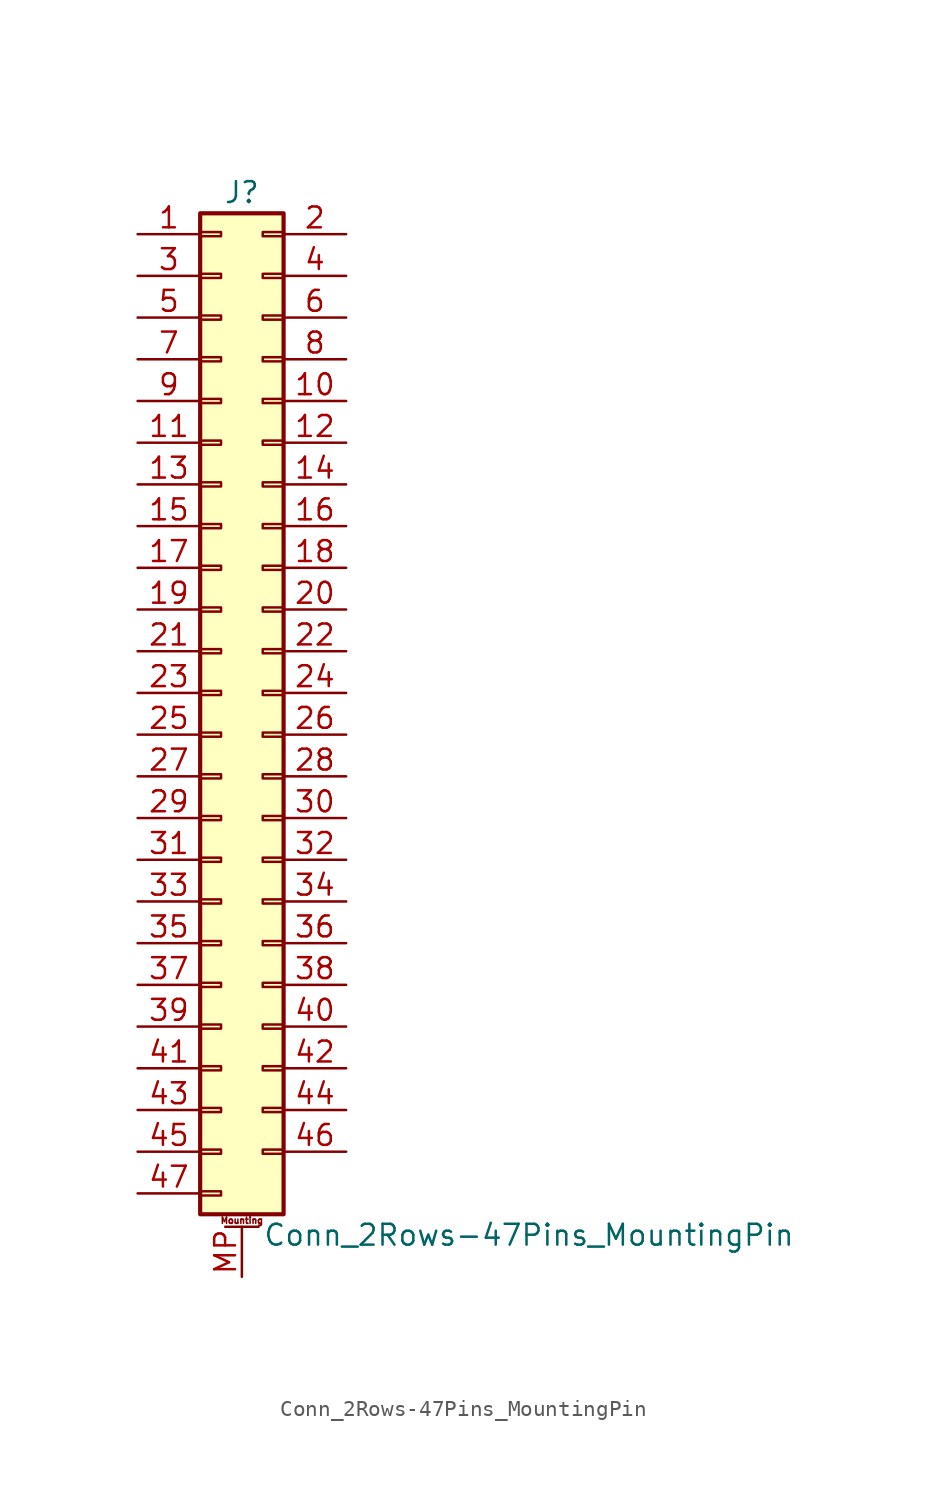
<source format=kicad_sym>
(kicad_symbol_lib
  (version 20211014)
  (generator kicad_symbol_editor)
  (symbol "Conn_2Rows-47Pins_MountingPin"
    (pin_names
      (offset 1.016) hide)
    (property "Reference" "J"
      (at 1.27 30.48 0)
      (effects (font (size 1.27 1.27))))
    (property "Value" "Conn_2Rows-47Pins_MountingPin"
      (at 2.54 -33.02 0)
      (effects (font (size 1.27 1.27)) (justify left)))
    (symbol "Conn_2Rows-47Pins_MountingPin_1_1"
      (rectangle (start -1.27 -30.353) (end 0 -30.607) (stroke (width 0.152) (type default) (color 0 0 0 0)) (fill (type none)))
      (rectangle (start -1.27 -27.813) (end 0 -28.067) (stroke (width 0.152) (type default) (color 0 0 0 0)) (fill (type none)))
      (rectangle (start -1.27 -25.273) (end 0 -25.527) (stroke (width 0.152) (type default) (color 0 0 0 0)) (fill (type none)))
      (rectangle (start -1.27 -22.733) (end 0 -22.987) (stroke (width 0.152) (type default) (color 0 0 0 0)) (fill (type none)))
      (rectangle (start -1.27 -20.193) (end 0 -20.447) (stroke (width 0.152) (type default) (color 0 0 0 0)) (fill (type none)))
      (rectangle (start -1.27 -17.653) (end 0 -17.907) (stroke (width 0.152) (type default) (color 0 0 0 0)) (fill (type none)))
      (rectangle (start -1.27 -15.113) (end 0 -15.367) (stroke (width 0.152) (type default) (color 0 0 0 0)) (fill (type none)))
      (rectangle (start -1.27 -12.573) (end 0 -12.827) (stroke (width 0.152) (type default) (color 0 0 0 0)) (fill (type none)))
      (rectangle (start -1.27 -10.033) (end 0 -10.287) (stroke (width 0.152) (type default) (color 0 0 0 0)) (fill (type none)))
      (rectangle (start -1.27 -7.493) (end 0 -7.747) (stroke (width 0.152) (type default) (color 0 0 0 0)) (fill (type none)))
      (rectangle (start -1.27 -4.953) (end 0 -5.207) (stroke (width 0.152) (type default) (color 0 0 0 0)) (fill (type none)))
      (rectangle (start -1.27 -2.413) (end 0 -2.667) (stroke (width 0.152) (type default) (color 0 0 0 0)) (fill (type none)))
      (rectangle (start -1.27 0.127) (end 0 -0.127) (stroke (width 0.152) (type default) (color 0 0 0 0)) (fill (type none)))
      (rectangle (start -1.27 2.667) (end 0 2.413) (stroke (width 0.152) (type default) (color 0 0 0 0)) (fill (type none)))
      (rectangle (start -1.27 5.207) (end 0 4.953) (stroke (width 0.152) (type default) (color 0 0 0 0)) (fill (type none)))
      (rectangle (start -1.27 7.747) (end 0 7.493) (stroke (width 0.152) (type default) (color 0 0 0 0)) (fill (type none)))
      (rectangle (start -1.27 10.287) (end 0 10.033) (stroke (width 0.152) (type default) (color 0 0 0 0)) (fill (type none)))
      (rectangle (start -1.27 12.827) (end 0 12.573) (stroke (width 0.152) (type default) (color 0 0 0 0)) (fill (type none)))
      (rectangle (start -1.27 15.367) (end 0 15.113) (stroke (width 0.152) (type default) (color 0 0 0 0)) (fill (type none)))
      (rectangle (start -1.27 17.907) (end 0 17.653) (stroke (width 0.152) (type default) (color 0 0 0 0)) (fill (type none)))
      (rectangle (start -1.27 20.447) (end 0 20.193) (stroke (width 0.152) (type default) (color 0 0 0 0)) (fill (type none)))
      (rectangle (start -1.27 22.987) (end 0 22.733) (stroke (width 0.152) (type default) (color 0 0 0 0)) (fill (type none)))
      (rectangle (start -1.27 25.527) (end 0 25.273) (stroke (width 0.152) (type default) (color 0 0 0 0)) (fill (type none)))
      (rectangle (start -1.27 28.067) (end 0 27.813) (stroke (width 0.152) (type default) (color 0 0 0 0)) (fill (type none)))
      (rectangle (start -1.27 29.21) (end 3.81 -31.75) (stroke (width 0.254) (type default) (color 0 0 0 0)) (fill (type background)))
      (polyline (pts (xy 0.254 -32.512) (xy 2.286 -32.512)) (stroke (width 0.152) (type default) (color 0 0 0 0)) (fill (type none)))
      (rectangle (start 3.81 -27.813) (end 2.54 -28.067) (stroke (width 0.152) (type default) (color 0 0 0 0)) (fill (type none)))
      (rectangle (start 3.81 -25.273) (end 2.54 -25.527) (stroke (width 0.152) (type default) (color 0 0 0 0)) (fill (type none)))
      (rectangle (start 3.81 -22.733) (end 2.54 -22.987) (stroke (width 0.152) (type default) (color 0 0 0 0)) (fill (type none)))
      (rectangle (start 3.81 -20.193) (end 2.54 -20.447) (stroke (width 0.152) (type default) (color 0 0 0 0)) (fill (type none)))
      (rectangle (start 3.81 -17.653) (end 2.54 -17.907) (stroke (width 0.152) (type default) (color 0 0 0 0)) (fill (type none)))
      (rectangle (start 3.81 -15.113) (end 2.54 -15.367) (stroke (width 0.152) (type default) (color 0 0 0 0)) (fill (type none)))
      (rectangle (start 3.81 -12.573) (end 2.54 -12.827) (stroke (width 0.152) (type default) (color 0 0 0 0)) (fill (type none)))
      (rectangle (start 3.81 -10.033) (end 2.54 -10.287) (stroke (width 0.152) (type default) (color 0 0 0 0)) (fill (type none)))
      (rectangle (start 3.81 -7.493) (end 2.54 -7.747) (stroke (width 0.152) (type default) (color 0 0 0 0)) (fill (type none)))
      (rectangle (start 3.81 -4.953) (end 2.54 -5.207) (stroke (width 0.152) (type default) (color 0 0 0 0)) (fill (type none)))
      (rectangle (start 3.81 -2.413) (end 2.54 -2.667) (stroke (width 0.152) (type default) (color 0 0 0 0)) (fill (type none)))
      (rectangle (start 3.81 0.127) (end 2.54 -0.127) (stroke (width 0.152) (type default) (color 0 0 0 0)) (fill (type none)))
      (rectangle (start 3.81 2.667) (end 2.54 2.413) (stroke (width 0.152) (type default) (color 0 0 0 0)) (fill (type none)))
      (rectangle (start 3.81 5.207) (end 2.54 4.953) (stroke (width 0.152) (type default) (color 0 0 0 0)) (fill (type none)))
      (rectangle (start 3.81 7.747) (end 2.54 7.493) (stroke (width 0.152) (type default) (color 0 0 0 0)) (fill (type none)))
      (rectangle (start 3.81 10.287) (end 2.54 10.033) (stroke (width 0.152) (type default) (color 0 0 0 0)) (fill (type none)))
      (rectangle (start 3.81 12.827) (end 2.54 12.573) (stroke (width 0.152) (type default) (color 0 0 0 0)) (fill (type none)))
      (rectangle (start 3.81 15.367) (end 2.54 15.113) (stroke (width 0.152) (type default) (color 0 0 0 0)) (fill (type none)))
      (rectangle (start 3.81 17.907) (end 2.54 17.653) (stroke (width 0.152) (type default) (color 0 0 0 0)) (fill (type none)))
      (rectangle (start 3.81 20.447) (end 2.54 20.193) (stroke (width 0.152) (type default) (color 0 0 0 0)) (fill (type none)))
      (rectangle (start 3.81 22.987) (end 2.54 22.733) (stroke (width 0.152) (type default) (color 0 0 0 0)) (fill (type none)))
      (rectangle (start 3.81 25.527) (end 2.54 25.273) (stroke (width 0.152) (type default) (color 0 0 0 0)) (fill (type none)))
      (rectangle (start 3.81 28.067) (end 2.54 27.813) (stroke (width 0.152) (type default) (color 0 0 0 0)) (fill (type none)))
      (text "Mounting" (at 1.27 -32.131 0) (effects (font (size 0.381 0.381))))
      (pin passive line (at -5.08 27.94 0) (length 3.81) (name "Pin_1" (effects (font (size 1.27 1.27)))) (number "1" (effects (font (size 1.27 1.27)))))
      (pin passive line (at 7.62 17.78 180) (length 3.81) (name "Pin_10" (effects (font (size 1.27 1.27)))) (number "10" (effects (font (size 1.27 1.27)))))
      (pin passive line (at -5.08 15.24 0) (length 3.81) (name "Pin_11" (effects (font (size 1.27 1.27)))) (number "11" (effects (font (size 1.27 1.27)))))
      (pin passive line (at 7.62 15.24 180) (length 3.81) (name "Pin_12" (effects (font (size 1.27 1.27)))) (number "12" (effects (font (size 1.27 1.27)))))
      (pin passive line (at -5.08 12.7 0) (length 3.81) (name "Pin_13" (effects (font (size 1.27 1.27)))) (number "13" (effects (font (size 1.27 1.27)))))
      (pin passive line (at 7.62 12.7 180) (length 3.81) (name "Pin_14" (effects (font (size 1.27 1.27)))) (number "14" (effects (font (size 1.27 1.27)))))
      (pin passive line (at -5.08 10.16 0) (length 3.81) (name "Pin_15" (effects (font (size 1.27 1.27)))) (number "15" (effects (font (size 1.27 1.27)))))
      (pin passive line (at 7.62 10.16 180) (length 3.81) (name "Pin_16" (effects (font (size 1.27 1.27)))) (number "16" (effects (font (size 1.27 1.27)))))
      (pin passive line (at -5.08 7.62 0) (length 3.81) (name "Pin_17" (effects (font (size 1.27 1.27)))) (number "17" (effects (font (size 1.27 1.27)))))
      (pin passive line (at 7.62 7.62 180) (length 3.81) (name "Pin_18" (effects (font (size 1.27 1.27)))) (number "18" (effects (font (size 1.27 1.27)))))
      (pin passive line (at -5.08 5.08 0) (length 3.81) (name "Pin_19" (effects (font (size 1.27 1.27)))) (number "19" (effects (font (size 1.27 1.27)))))
      (pin passive line (at 7.62 27.94 180) (length 3.81) (name "Pin_2" (effects (font (size 1.27 1.27)))) (number "2" (effects (font (size 1.27 1.27)))))
      (pin passive line (at 7.62 5.08 180) (length 3.81) (name "Pin_20" (effects (font (size 1.27 1.27)))) (number "20" (effects (font (size 1.27 1.27)))))
      (pin passive line (at -5.08 2.54 0) (length 3.81) (name "Pin_21" (effects (font (size 1.27 1.27)))) (number "21" (effects (font (size 1.27 1.27)))))
      (pin passive line (at 7.62 2.54 180) (length 3.81) (name "Pin_22" (effects (font (size 1.27 1.27)))) (number "22" (effects (font (size 1.27 1.27)))))
      (pin passive line (at -5.08 0 0) (length 3.81) (name "Pin_23" (effects (font (size 1.27 1.27)))) (number "23" (effects (font (size 1.27 1.27)))))
      (pin passive line (at 7.62 0 180) (length 3.81) (name "Pin_24" (effects (font (size 1.27 1.27)))) (number "24" (effects (font (size 1.27 1.27)))))
      (pin passive line (at -5.08 -2.54 0) (length 3.81) (name "Pin_25" (effects (font (size 1.27 1.27)))) (number "25" (effects (font (size 1.27 1.27)))))
      (pin passive line (at 7.62 -2.54 180) (length 3.81) (name "Pin_26" (effects (font (size 1.27 1.27)))) (number "26" (effects (font (size 1.27 1.27)))))
      (pin passive line (at -5.08 -5.08 0) (length 3.81) (name "Pin_27" (effects (font (size 1.27 1.27)))) (number "27" (effects (font (size 1.27 1.27)))))
      (pin passive line (at 7.62 -5.08 180) (length 3.81) (name "Pin_28" (effects (font (size 1.27 1.27)))) (number "28" (effects (font (size 1.27 1.27)))))
      (pin passive line (at -5.08 -7.62 0) (length 3.81) (name "Pin_29" (effects (font (size 1.27 1.27)))) (number "29" (effects (font (size 1.27 1.27)))))
      (pin passive line (at -5.08 25.4 0) (length 3.81) (name "Pin_3" (effects (font (size 1.27 1.27)))) (number "3" (effects (font (size 1.27 1.27)))))
      (pin passive line (at 7.62 -7.62 180) (length 3.81) (name "Pin_30" (effects (font (size 1.27 1.27)))) (number "30" (effects (font (size 1.27 1.27)))))
      (pin passive line (at -5.08 -10.16 0) (length 3.81) (name "Pin_31" (effects (font (size 1.27 1.27)))) (number "31" (effects (font (size 1.27 1.27)))))
      (pin passive line (at 7.62 -10.16 180) (length 3.81) (name "Pin_32" (effects (font (size 1.27 1.27)))) (number "32" (effects (font (size 1.27 1.27)))))
      (pin passive line (at -5.08 -12.7 0) (length 3.81) (name "Pin_33" (effects (font (size 1.27 1.27)))) (number "33" (effects (font (size 1.27 1.27)))))
      (pin passive line (at 7.62 -12.7 180) (length 3.81) (name "Pin_34" (effects (font (size 1.27 1.27)))) (number "34" (effects (font (size 1.27 1.27)))))
      (pin passive line (at -5.08 -15.24 0) (length 3.81) (name "Pin_35" (effects (font (size 1.27 1.27)))) (number "35" (effects (font (size 1.27 1.27)))))
      (pin passive line (at 7.62 -15.24 180) (length 3.81) (name "Pin_36" (effects (font (size 1.27 1.27)))) (number "36" (effects (font (size 1.27 1.27)))))
      (pin passive line (at -5.08 -17.78 0) (length 3.81) (name "Pin_37" (effects (font (size 1.27 1.27)))) (number "37" (effects (font (size 1.27 1.27)))))
      (pin passive line (at 7.62 -17.78 180) (length 3.81) (name "Pin_38" (effects (font (size 1.27 1.27)))) (number "38" (effects (font (size 1.27 1.27)))))
      (pin passive line (at -5.08 -20.32 0) (length 3.81) (name "Pin_39" (effects (font (size 1.27 1.27)))) (number "39" (effects (font (size 1.27 1.27)))))
      (pin passive line (at 7.62 25.4 180) (length 3.81) (name "Pin_4" (effects (font (size 1.27 1.27)))) (number "4" (effects (font (size 1.27 1.27)))))
      (pin passive line (at 7.62 -20.32 180) (length 3.81) (name "Pin_40" (effects (font (size 1.27 1.27)))) (number "40" (effects (font (size 1.27 1.27)))))
      (pin passive line (at -5.08 -22.86 0) (length 3.81) (name "Pin_41" (effects (font (size 1.27 1.27)))) (number "41" (effects (font (size 1.27 1.27)))))
      (pin passive line (at 7.62 -22.86 180) (length 3.81) (name "Pin_42" (effects (font (size 1.27 1.27)))) (number "42" (effects (font (size 1.27 1.27)))))
      (pin passive line (at -5.08 -25.4 0) (length 3.81) (name "Pin_43" (effects (font (size 1.27 1.27)))) (number "43" (effects (font (size 1.27 1.27)))))
      (pin passive line (at 7.62 -25.4 180) (length 3.81) (name "Pin_44" (effects (font (size 1.27 1.27)))) (number "44" (effects (font (size 1.27 1.27)))))
      (pin passive line (at -5.08 -27.94 0) (length 3.81) (name "Pin_45" (effects (font (size 1.27 1.27)))) (number "45" (effects (font (size 1.27 1.27)))))
      (pin passive line (at 7.62 -27.94 180) (length 3.81) (name "Pin_46" (effects (font (size 1.27 1.27)))) (number "46" (effects (font (size 1.27 1.27)))))
      (pin passive line (at -5.08 -30.48 0) (length 3.81) (name "Pin_47" (effects (font (size 1.27 1.27)))) (number "47" (effects (font (size 1.27 1.27)))))
      (pin passive line (at -5.08 22.86 0) (length 3.81) (name "Pin_5" (effects (font (size 1.27 1.27)))) (number "5" (effects (font (size 1.27 1.27)))))
      (pin passive line (at 7.62 22.86 180) (length 3.81) (name "Pin_6" (effects (font (size 1.27 1.27)))) (number "6" (effects (font (size 1.27 1.27)))))
      (pin passive line (at -5.08 20.32 0) (length 3.81) (name "Pin_7" (effects (font (size 1.27 1.27)))) (number "7" (effects (font (size 1.27 1.27)))))
      (pin passive line (at 7.62 20.32 180) (length 3.81) (name "Pin_8" (effects (font (size 1.27 1.27)))) (number "8" (effects (font (size 1.27 1.27)))))
      (pin passive line (at -5.08 17.78 0) (length 3.81) (name "Pin_9" (effects (font (size 1.27 1.27)))) (number "9" (effects (font (size 1.27 1.27)))))
      (pin passive line (at 1.27 -35.56 90) (length 3.048) (name "MountPin" (effects (font (size 1.27 1.27)))) (number "MP" (effects (font (size 1.27 1.27))))))))
</source>
